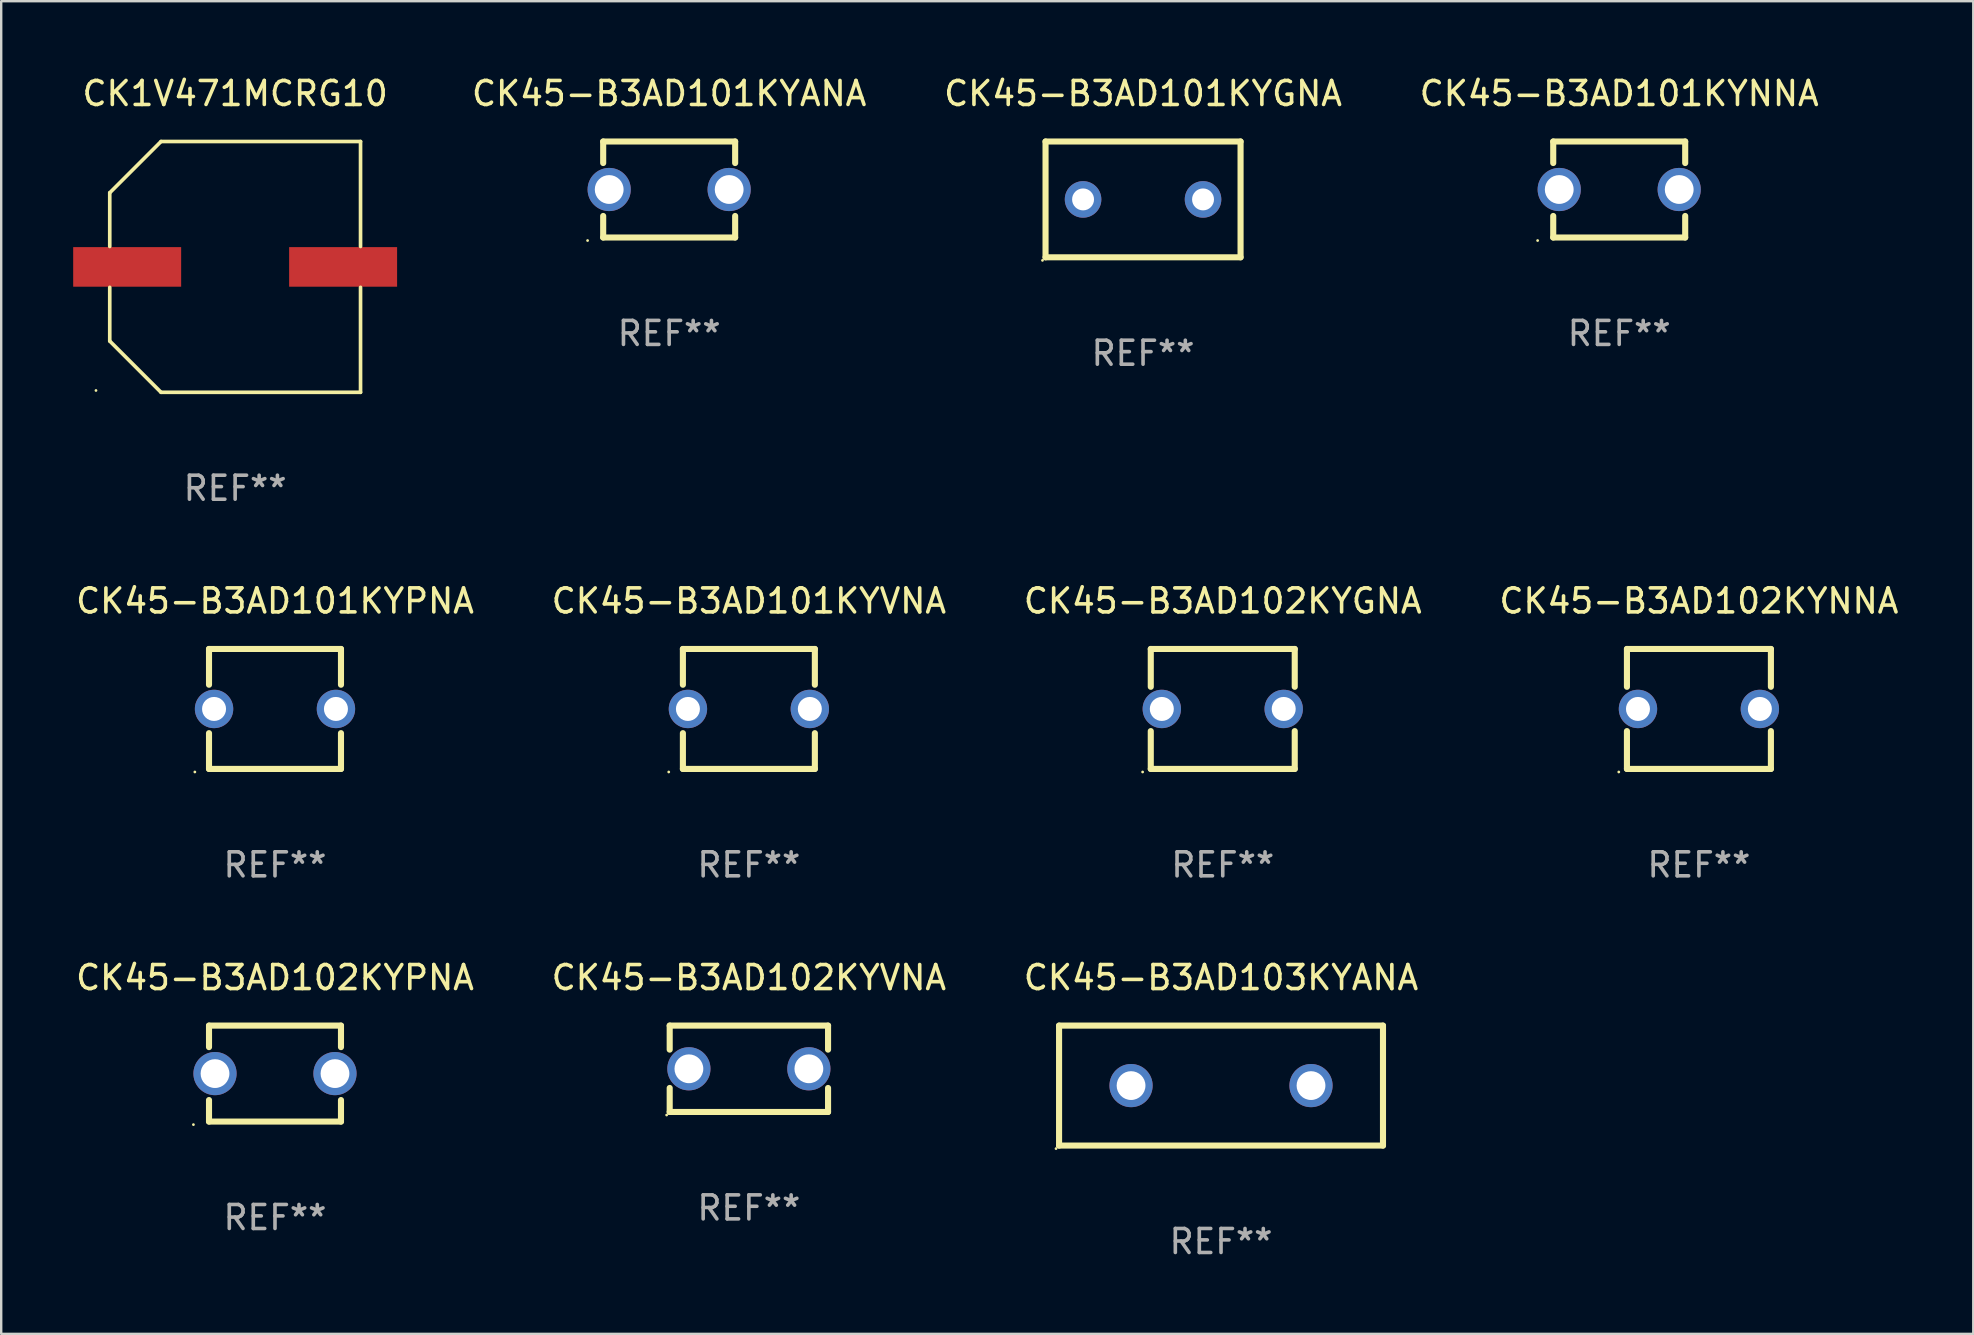
<source format=kicad_pcb>
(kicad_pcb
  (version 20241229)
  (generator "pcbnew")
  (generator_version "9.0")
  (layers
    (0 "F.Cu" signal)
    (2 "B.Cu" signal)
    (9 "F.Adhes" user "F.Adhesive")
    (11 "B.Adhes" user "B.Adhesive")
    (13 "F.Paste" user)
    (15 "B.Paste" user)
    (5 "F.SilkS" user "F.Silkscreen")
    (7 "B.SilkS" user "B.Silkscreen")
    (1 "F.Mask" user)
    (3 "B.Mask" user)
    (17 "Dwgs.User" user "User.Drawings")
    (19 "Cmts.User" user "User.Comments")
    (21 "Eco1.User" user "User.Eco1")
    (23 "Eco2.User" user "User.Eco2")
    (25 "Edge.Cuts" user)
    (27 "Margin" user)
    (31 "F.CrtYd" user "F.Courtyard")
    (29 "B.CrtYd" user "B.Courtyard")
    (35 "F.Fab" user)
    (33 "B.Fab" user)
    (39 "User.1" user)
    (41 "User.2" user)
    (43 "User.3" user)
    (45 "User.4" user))
  (footprint "CK45-B3AD103KYANA"
    (layer "F.Cu")
    (at 47.839 42.194)
    (property "Reference" "CK45-B3AD103KYANA" (at 0 -4.5 0) (layer "F.SilkS") (effects (font (size 1 1) (thickness 0.15))))
    (attr through_hole)
    (fp_line (start -6.75 -2.5) (end 6.75 -2.5) (stroke (width 0.254) (type solid)) (layer "F.SilkS"))
    (fp_line (start -6.75 2.5) (end -6.75 -2.5) (stroke (width 0.254) (type solid)) (layer "F.SilkS"))
    (fp_line (start 6.75 -2.5) (end 6.75 2.5) (stroke (width 0.254) (type solid)) (layer "F.SilkS"))
    (fp_line (start 6.75 2.5) (end -6.75 2.5) (stroke (width 0.254) (type solid)) (layer "F.SilkS"))
    (fp_circle (center -6.877 2.627) (end -6.847 2.627) (stroke (width 0.06) (type solid)) (fill no) (layer "F.SilkS"))
    (fp_text user "REF**" (at 0 6.5 0) (layer "F.Fab") (effects (font (size 1 1) (thickness 0.15))))
    (pad "1" thru_hole circle (at -3.75 0) (size 1.8 1.8) (drill 1.2) (layers "*.Cu" "*.Mask"))
    (pad "2" thru_hole circle (at 3.75 0) (size 1.8 1.8) (drill 1.2) (layers "*.Cu" "*.Mask")))
  (footprint "CK45-B3AD101KYANA"
    (layer "F.Cu")
    (at 24.839 4.848)
    (property "Reference" "CK45-B3AD101KYANA" (at 0 -4 0) (layer "F.SilkS") (effects (font (size 1 1) (thickness 0.15))))
    (attr through_hole)
    (fp_line (start -2.75 -2) (end -2.75 -1.103) (stroke (width 0.254) (type solid)) (layer "F.SilkS"))
    (fp_line (start -2.75 -2) (end 2.75 -2) (stroke (width 0.254) (type solid)) (layer "F.SilkS"))
    (fp_line (start -2.75 1.103) (end -2.75 2) (stroke (width 0.254) (type solid)) (layer "F.SilkS"))
    (fp_line (start 2.75 -2) (end 2.75 -1.103) (stroke (width 0.254) (type solid)) (layer "F.SilkS"))
    (fp_line (start 2.75 1.103) (end 2.75 2) (stroke (width 0.254) (type solid)) (layer "F.SilkS"))
    (fp_line (start 2.75 2) (end -2.75 2) (stroke (width 0.254) (type solid)) (layer "F.SilkS"))
    (fp_circle (center -3.4 2.127) (end -3.37 2.127) (stroke (width 0.06) (type solid)) (fill no) (layer "F.SilkS"))
    (fp_text user "REF**" (at 0 6 0) (layer "F.Fab") (effects (font (size 1 1) (thickness 0.15))))
    (pad "1" thru_hole circle (at -2.5 0) (size 1.8 1.8) (drill 1.2) (layers "*.Cu" "*.Mask"))
    (pad "2" thru_hole circle (at 2.5 0) (size 1.8 1.8) (drill 1.2) (layers "*.Cu" "*.Mask")))
  (footprint "CK45-B3AD101KYGNA"
    (layer "F.Cu")
    (at 44.589 5.261)
    (property "Reference" "CK45-B3AD101KYGNA" (at 0 -4.413 0) (layer "F.SilkS") (effects (font (size 1 1) (thickness 0.15))))
    (attr through_hole)
    (fp_line (start -4.064 -2.413) (end 4.064 -2.413) (stroke (width 0.254) (type solid)) (layer "F.SilkS"))
    (fp_line (start -4.064 2.413) (end -4.064 -2.413) (stroke (width 0.254) (type solid)) (layer "F.SilkS"))
    (fp_line (start 4.064 -2.413) (end 4.064 2.413) (stroke (width 0.254) (type solid)) (layer "F.SilkS"))
    (fp_line (start 4.064 2.413) (end -4.064 2.413) (stroke (width 0.254) (type solid)) (layer "F.SilkS"))
    (fp_circle (center -4.191 2.54) (end -4.161 2.54) (stroke (width 0.06) (type solid)) (fill no) (layer "F.SilkS"))
    (fp_text user "REF**" (at 0 6.413 0) (layer "F.Fab") (effects (font (size 1 1) (thickness 0.15))))
    (pad "1" thru_hole circle (at -2.5 0) (size 1.524 1.524) (drill 0.914) (layers "*.Cu" "*.Mask"))
    (pad "2" thru_hole circle (at 2.5 0) (size 1.524 1.524) (drill 0.914) (layers "*.Cu" "*.Mask")))
  (footprint "CK45-B3AD102KYVNA"
    (layer "F.Cu")
    (at 28.161 41.494)
    (property "Reference" "CK45-B3AD102KYVNA" (at 0 -3.8 0) (layer "F.SilkS") (effects (font (size 1 1) (thickness 0.15))))
    (attr through_hole)
    (fp_line (start -3.3 -1.8) (end -3.3 -0.799) (stroke (width 0.254) (type solid)) (layer "F.SilkS"))
    (fp_line (start -3.3 -1.8) (end 3.3 -1.8) (stroke (width 0.254) (type solid)) (layer "F.SilkS"))
    (fp_line (start -3.3 0.799) (end -3.3 1.8) (stroke (width 0.254) (type solid)) (layer "F.SilkS"))
    (fp_line (start 3.3 1.8) (end -3.3 1.8) (stroke (width 0.254) (type solid)) (layer "F.SilkS"))
    (fp_line (start 3.3 -1.8) (end 3.3 -0.799) (stroke (width 0.254) (type solid)) (layer "F.SilkS"))
    (fp_line (start 3.3 0.799) (end 3.3 1.8) (stroke (width 0.254) (type solid)) (layer "F.SilkS"))
    (fp_circle (center -3.427 1.927) (end -3.397 1.927) (stroke (width 0.06) (type solid)) (fill no) (layer "F.SilkS"))
    (fp_text user "REF**" (at 0 5.8 0) (layer "F.Fab") (effects (font (size 1 1) (thickness 0.15))))
    (pad "1" thru_hole circle (at -2.5 0) (size 1.8 1.8) (drill 1.2) (layers "*.Cu" "*.Mask"))
    (pad "2" thru_hole circle (at 2.5 0) (size 1.8 1.8) (drill 1.2) (layers "*.Cu" "*.Mask")))
  (footprint "CK45-B3AD102KYNNA"
    (layer "F.Cu")
    (at 67.756 26.497)
    (property "Reference" "CK45-B3AD102KYNNA" (at 0 -4.5 0) (layer "F.SilkS") (effects (font (size 1 1) (thickness 0.15))))
    (attr through_hole)
    (fp_line (start -3 -2.5) (end -3 -0.923) (stroke (width 0.254) (type solid)) (layer "F.SilkS"))
    (fp_line (start -3 -2.5) (end 3 -2.5) (stroke (width 0.254) (type solid)) (layer "F.SilkS"))
    (fp_line (start -3 0.923) (end -3 2.5) (stroke (width 0.254) (type solid)) (layer "F.SilkS"))
    (fp_line (start 3 -2.5) (end 3 -0.923) (stroke (width 0.254) (type solid)) (layer "F.SilkS"))
    (fp_line (start 3 0.923) (end 3 2.5) (stroke (width 0.254) (type solid)) (layer "F.SilkS"))
    (fp_line (start 3 2.5) (end -3 2.5) (stroke (width 0.254) (type solid)) (layer "F.SilkS"))
    (fp_circle (center -3.34 2.627) (end -3.31 2.627) (stroke (width 0.06) (type solid)) (fill no) (layer "F.SilkS"))
    (fp_text user "REF**" (at 0 6.5 0) (layer "F.Fab") (effects (font (size 1 1) (thickness 0.15))))
    (pad "1" thru_hole circle (at -2.54 0) (size 1.6 1.6) (drill 1) (layers "*.Cu" "*.Mask"))
    (pad "2" thru_hole circle (at 2.54 0) (size 1.6 1.6) (drill 1) (layers "*.Cu" "*.Mask")))
  (footprint "CK45-B3AD102KYGNA"
    (layer "F.Cu")
    (at 47.911 26.497)
    (property "Reference" "CK45-B3AD102KYGNA" (at 0 -4.5 0) (layer "F.SilkS") (effects (font (size 1 1) (thickness 0.15))))
    (attr through_hole)
    (fp_line (start -3 -2.5) (end -3 -0.923) (stroke (width 0.254) (type solid)) (layer "F.SilkS"))
    (fp_line (start -3 -2.5) (end 3 -2.5) (stroke (width 0.254) (type solid)) (layer "F.SilkS"))
    (fp_line (start -3 0.923) (end -3 2.5) (stroke (width 0.254) (type solid)) (layer "F.SilkS"))
    (fp_line (start 3 -2.5) (end 3 -0.923) (stroke (width 0.254) (type solid)) (layer "F.SilkS"))
    (fp_line (start 3 0.923) (end 3 2.5) (stroke (width 0.254) (type solid)) (layer "F.SilkS"))
    (fp_line (start 3 2.5) (end -3 2.5) (stroke (width 0.254) (type solid)) (layer "F.SilkS"))
    (fp_circle (center -3.34 2.627) (end -3.31 2.627) (stroke (width 0.06) (type solid)) (fill no) (layer "F.SilkS"))
    (fp_text user "REF**" (at 0 6.5 0) (layer "F.Fab") (effects (font (size 1 1) (thickness 0.15))))
    (pad "1" thru_hole circle (at -2.54 0) (size 1.6 1.6) (drill 1) (layers "*.Cu" "*.Mask"))
    (pad "2" thru_hole circle (at 2.54 0) (size 1.6 1.6) (drill 1) (layers "*.Cu" "*.Mask")))
  (footprint "CK45-B3AD101KYVNA"
    (layer "F.Cu")
    (at 28.161 26.497)
    (property "Reference" "CK45-B3AD101KYVNA" (at 0 -4.5 0) (layer "F.SilkS") (effects (font (size 1 1) (thickness 0.15))))
    (attr through_hole)
    (fp_line (start -2.75 -2.5) (end 2.75 -2.5) (stroke (width 0.254) (type solid)) (layer "F.SilkS"))
    (fp_line (start -2.75 -1.009) (end -2.75 -2.5) (stroke (width 0.254) (type solid)) (layer "F.SilkS"))
    (fp_line (start -2.75 2.5) (end -2.75 1.009) (stroke (width 0.254) (type solid)) (layer "F.SilkS"))
    (fp_line (start 2.75 -2.5) (end 2.75 -1.009) (stroke (width 0.254) (type solid)) (layer "F.SilkS"))
    (fp_line (start 2.75 1.009) (end 2.75 2.5) (stroke (width 0.254) (type solid)) (layer "F.SilkS"))
    (fp_line (start 2.75 2.5) (end -2.75 2.5) (stroke (width 0.254) (type solid)) (layer "F.SilkS"))
    (fp_circle (center -3.34 2.627) (end -3.31 2.627) (stroke (width 0.06) (type solid)) (fill no) (layer "F.SilkS"))
    (fp_text user "REF**" (at 0 6.5 0) (layer "F.Fab") (effects (font (size 1 1) (thickness 0.15))))
    (pad "1" thru_hole circle (at -2.54 0) (size 1.6 1.6) (drill 1) (layers "*.Cu" "*.Mask"))
    (pad "2" thru_hole circle (at 2.54 0) (size 1.6 1.6) (drill 1) (layers "*.Cu" "*.Mask")))
  (footprint "CK1V471MCRG10"
    (layer "F.Cu")
    (at 6.75 8.074)
    (property "Reference" "CK1V471MCRG10" (at 0 -7.226 0) (layer "F.SilkS") (effects (font (size 1 1) (thickness 0.15))))
    (attr through_hole)
    (fp_line (start -5.226 -3.09) (end -5.226 -0.852) (stroke (width 0.152) (type solid)) (layer "F.SilkS"))
    (fp_line (start -5.226 3.09) (end -5.226 0.852) (stroke (width 0.152) (type solid)) (layer "F.SilkS"))
    (fp_line (start -3.09 -5.226) (end -5.226 -3.09) (stroke (width 0.152) (type solid)) (layer "F.SilkS"))
    (fp_line (start -3.09 5.226) (end -5.226 3.09) (stroke (width 0.152) (type solid)) (layer "F.SilkS"))
    (fp_line (start 5.226 -5.226) (end -3.09 -5.226) (stroke (width 0.152) (type solid)) (layer "F.SilkS"))
    (fp_line (start 5.226 -0.852) (end 5.226 -5.226) (stroke (width 0.152) (type solid)) (layer "F.SilkS"))
    (fp_line (start 5.226 0.852) (end 5.226 5.226) (stroke (width 0.152) (type solid)) (layer "F.SilkS"))
    (fp_line (start 5.226 5.226) (end -3.09 5.226) (stroke (width 0.152) (type solid)) (layer "F.SilkS"))
    (fp_circle (center -5.8 5.15) (end -5.77 5.15) (stroke (width 0.06) (type solid)) (fill no) (layer "F.SilkS"))
    (fp_text user "REF**" (at 0 9.226 0) (layer "F.Fab") (effects (font (size 1 1) (thickness 0.15))))
    (pad "1" smd rect (at -4.5 0) (size 4.5 1.65) (layers "F.Cu" "F.Mask" "F.Paste"))
    (pad "2" smd rect (at 4.5 0) (size 4.5 1.65) (layers "F.Cu" "F.Mask" "F.Paste")))
  (footprint "CK45-B3AD101KYPNA"
    (layer "F.Cu")
    (at 8.411 26.497)
    (property "Reference" "CK45-B3AD101KYPNA" (at 0 -4.5 0) (layer "F.SilkS") (effects (font (size 1 1) (thickness 0.15))))
    (attr through_hole)
    (fp_line (start -2.75 -2.5) (end 2.75 -2.5) (stroke (width 0.254) (type solid)) (layer "F.SilkS"))
    (fp_line (start -2.75 -1.009) (end -2.75 -2.5) (stroke (width 0.254) (type solid)) (layer "F.SilkS"))
    (fp_line (start -2.75 2.5) (end -2.75 1.009) (stroke (width 0.254) (type solid)) (layer "F.SilkS"))
    (fp_line (start 2.75 -2.5) (end 2.75 -1.009) (stroke (width 0.254) (type solid)) (layer "F.SilkS"))
    (fp_line (start 2.75 1.009) (end 2.75 2.5) (stroke (width 0.254) (type solid)) (layer "F.SilkS"))
    (fp_line (start 2.75 2.5) (end -2.75 2.5) (stroke (width 0.254) (type solid)) (layer "F.SilkS"))
    (fp_circle (center -3.34 2.627) (end -3.31 2.627) (stroke (width 0.06) (type solid)) (fill no) (layer "F.SilkS"))
    (fp_text user "REF**" (at 0 6.5 0) (layer "F.Fab") (effects (font (size 1 1) (thickness 0.15))))
    (pad "1" thru_hole circle (at -2.54 0) (size 1.6 1.6) (drill 1) (layers "*.Cu" "*.Mask"))
    (pad "2" thru_hole circle (at 2.54 0) (size 1.6 1.6) (drill 1) (layers "*.Cu" "*.Mask")))
  (footprint "CK45-B3AD101KYNNA"
    (layer "F.Cu")
    (at 64.434 4.848)
    (property "Reference" "CK45-B3AD101KYNNA" (at 0 -4 0) (layer "F.SilkS") (effects (font (size 1 1) (thickness 0.15))))
    (attr through_hole)
    (fp_line (start -2.75 -2) (end -2.75 -1.103) (stroke (width 0.254) (type solid)) (layer "F.SilkS"))
    (fp_line (start -2.75 -2) (end 2.75 -2) (stroke (width 0.254) (type solid)) (layer "F.SilkS"))
    (fp_line (start -2.75 1.103) (end -2.75 2) (stroke (width 0.254) (type solid)) (layer "F.SilkS"))
    (fp_line (start 2.75 -2) (end 2.75 -1.103) (stroke (width 0.254) (type solid)) (layer "F.SilkS"))
    (fp_line (start 2.75 1.103) (end 2.75 2) (stroke (width 0.254) (type solid)) (layer "F.SilkS"))
    (fp_line (start 2.75 2) (end -2.75 2) (stroke (width 0.254) (type solid)) (layer "F.SilkS"))
    (fp_circle (center -3.4 2.127) (end -3.37 2.127) (stroke (width 0.06) (type solid)) (fill no) (layer "F.SilkS"))
    (fp_text user "REF**" (at 0 6 0) (layer "F.Fab") (effects (font (size 1 1) (thickness 0.15))))
    (pad "1" thru_hole circle (at -2.5 0) (size 1.8 1.8) (drill 1.2) (layers "*.Cu" "*.Mask"))
    (pad "2" thru_hole circle (at 2.5 0) (size 1.8 1.8) (drill 1.2) (layers "*.Cu" "*.Mask")))
  (footprint "CK45-B3AD102KYPNA"
    (layer "F.Cu")
    (at 8.411 41.694)
    (property "Reference" "CK45-B3AD102KYPNA" (at 0 -4 0) (layer "F.SilkS") (effects (font (size 1 1) (thickness 0.15))))
    (attr through_hole)
    (fp_line (start -2.75 -2) (end -2.75 -1.103) (stroke (width 0.254) (type solid)) (layer "F.SilkS"))
    (fp_line (start -2.75 -2) (end 2.75 -2) (stroke (width 0.254) (type solid)) (layer "F.SilkS"))
    (fp_line (start -2.75 1.103) (end -2.75 2) (stroke (width 0.254) (type solid)) (layer "F.SilkS"))
    (fp_line (start 2.75 -2) (end 2.75 -1.103) (stroke (width 0.254) (type solid)) (layer "F.SilkS"))
    (fp_line (start 2.75 1.103) (end 2.75 2) (stroke (width 0.254) (type solid)) (layer "F.SilkS"))
    (fp_line (start 2.75 2) (end -2.75 2) (stroke (width 0.254) (type solid)) (layer "F.SilkS"))
    (fp_circle (center -3.4 2.127) (end -3.37 2.127) (stroke (width 0.06) (type solid)) (fill no) (layer "F.SilkS"))
    (fp_text user "REF**" (at 0 6 0) (layer "F.Fab") (effects (font (size 1 1) (thickness 0.15))))
    (pad "1" thru_hole circle (at -2.5 0) (size 1.8 1.8) (drill 1.2) (layers "*.Cu" "*.Mask"))
    (pad "2" thru_hole circle (at 2.5 0) (size 1.8 1.8) (drill 1.2) (layers "*.Cu" "*.Mask")))
  (gr_rect
    (start -3 -3)
    (end 79.19 52.542)
    (stroke (width 0.1) (type default))
    (fill no)
    (layer "Edge.Cuts")))
</source>
